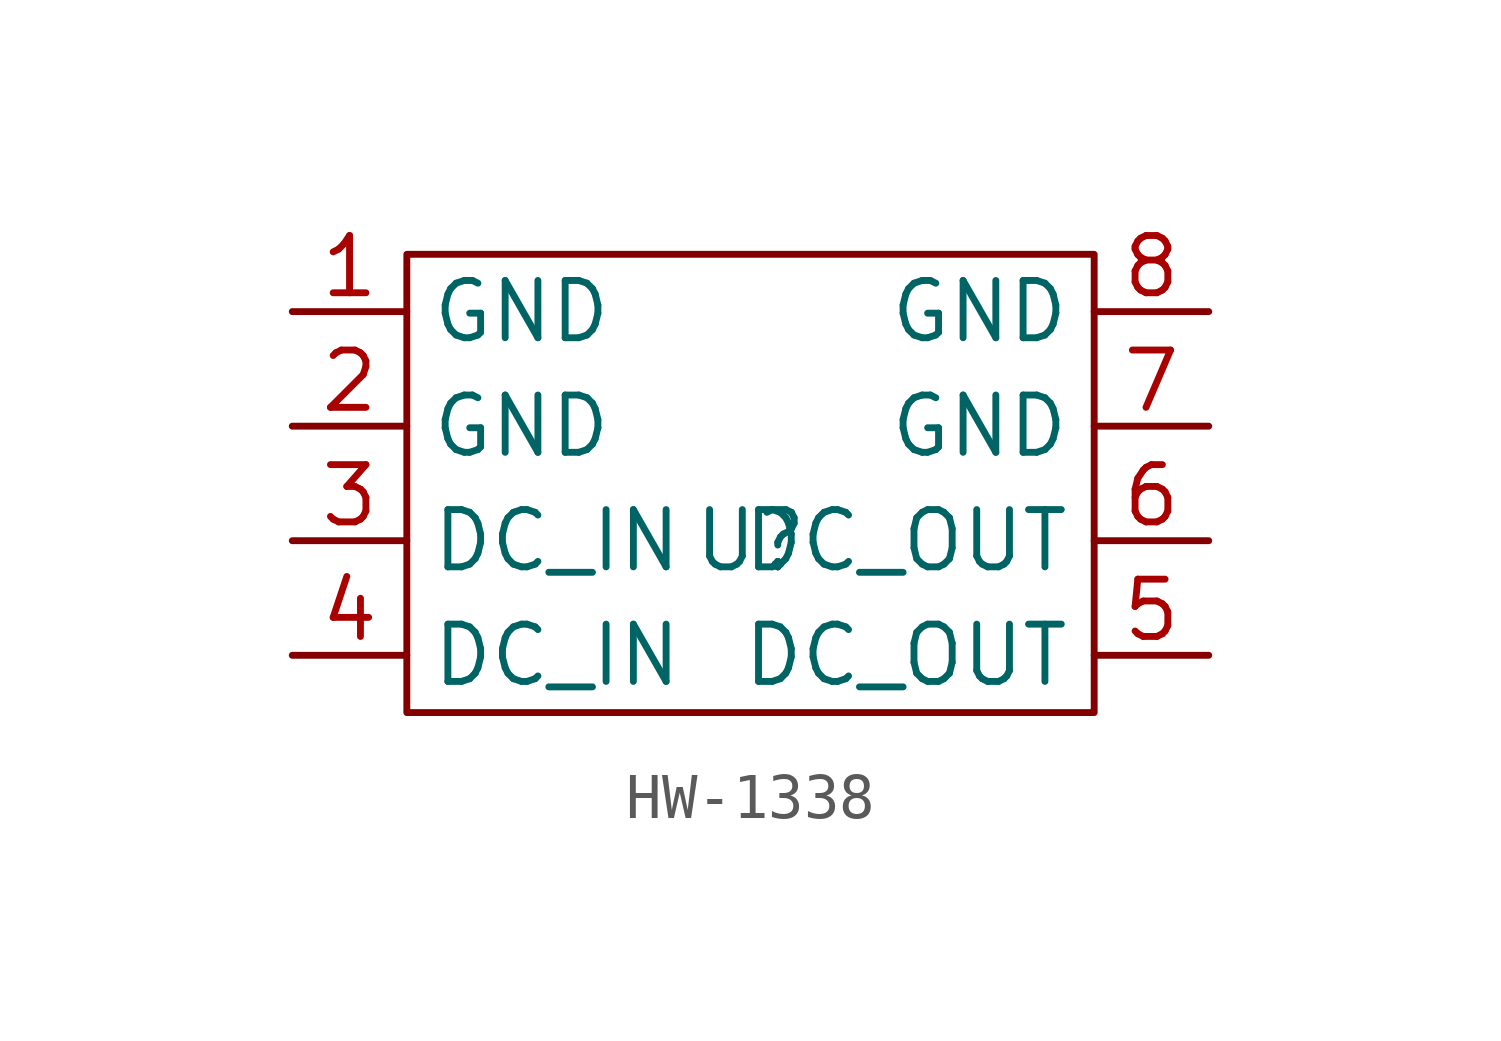
<source format=kicad_sym>
(kicad_symbol_lib
  (version 20241209)
  (generator "kicad_symbol_editor")
  (generator_version "9.0")
  (symbol "HW-1338"
    (property "Reference" "U"
      (at 0 0 0)
      (effects (font (size 1.27 1.27))))
    (property "Value" ""
      (at 0 0 0)
      (effects (font (size 1.27 1.27))))
    (symbol "HW-1338_0_1"
      (rectangle (start -7.62 6.35) (end 7.62 -3.81) (stroke (width 0) (type default)) (fill (type none))))
    (symbol "HW-1338_1_1"
      (pin input line (at -10.16 5.08 0) (length 2.54) (name "GND" (effects (font (size 1.27 1.27)))) (number "1" (effects (font (size 1.27 1.27)))))
      (pin input line (at -10.16 2.54 0) (length 2.54) (name "GND" (effects (font (size 1.27 1.27)))) (number "2" (effects (font (size 1.27 1.27)))))
      (pin input line (at -10.16 0 0) (length 2.54) (name "DC_IN" (effects (font (size 1.27 1.27)))) (number "3" (effects (font (size 1.27 1.27)))))
      (pin input line (at -10.16 -2.54 0) (length 2.54) (name "DC_IN" (effects (font (size 1.27 1.27)))) (number "4" (effects (font (size 1.27 1.27)))))
      (pin output line (at 10.16 5.08 180) (length 2.54) (name "GND" (effects (font (size 1.27 1.27)))) (number "8" (effects (font (size 1.27 1.27)))))
      (pin output line (at 10.16 2.54 180) (length 2.54) (name "GND" (effects (font (size 1.27 1.27)))) (number "7" (effects (font (size 1.27 1.27)))))
      (pin output line (at 10.16 0 180) (length 2.54) (name "DC_OUT" (effects (font (size 1.27 1.27)))) (number "6" (effects (font (size 1.27 1.27)))))
      (pin output line (at 10.16 -2.54 180) (length 2.54) (name "DC_OUT" (effects (font (size 1.27 1.27)))) (number "5" (effects (font (size 1.27 1.27))))))))
</source>
